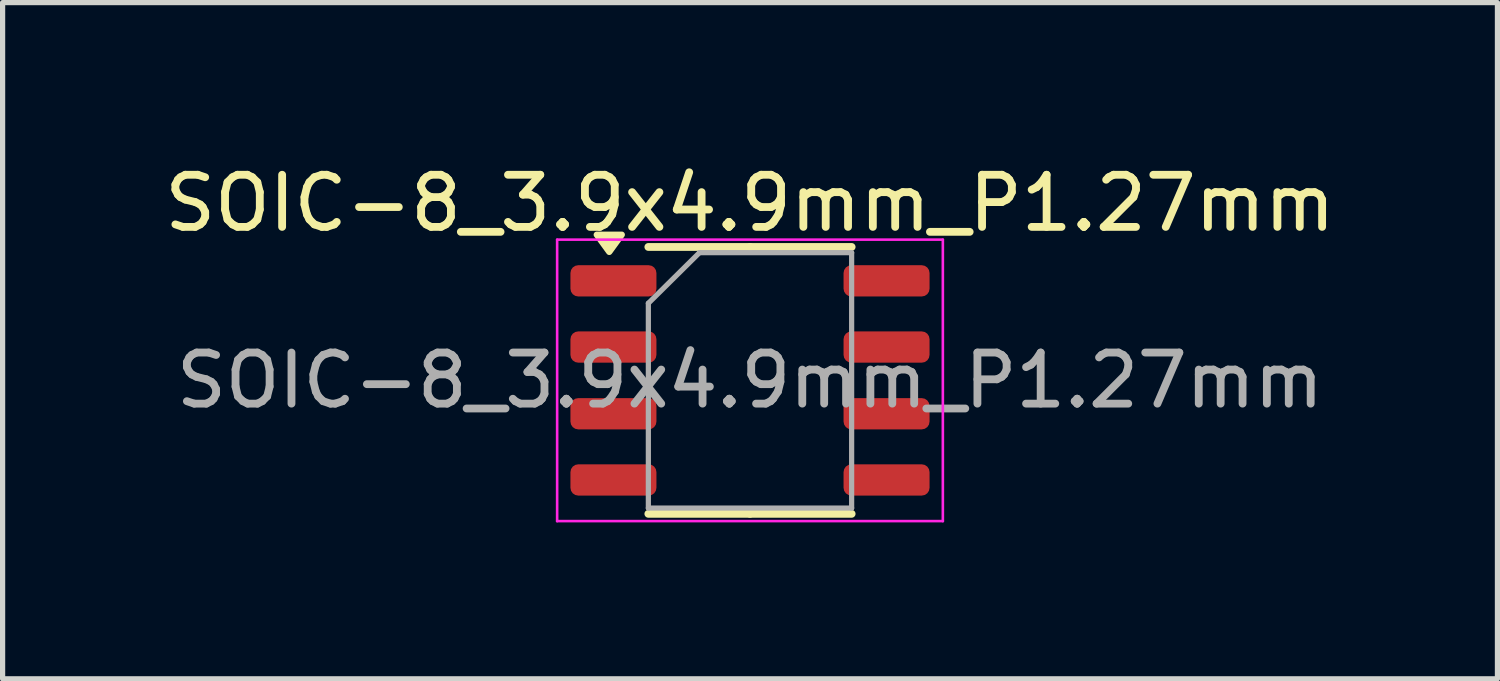
<source format=kicad_pcb>
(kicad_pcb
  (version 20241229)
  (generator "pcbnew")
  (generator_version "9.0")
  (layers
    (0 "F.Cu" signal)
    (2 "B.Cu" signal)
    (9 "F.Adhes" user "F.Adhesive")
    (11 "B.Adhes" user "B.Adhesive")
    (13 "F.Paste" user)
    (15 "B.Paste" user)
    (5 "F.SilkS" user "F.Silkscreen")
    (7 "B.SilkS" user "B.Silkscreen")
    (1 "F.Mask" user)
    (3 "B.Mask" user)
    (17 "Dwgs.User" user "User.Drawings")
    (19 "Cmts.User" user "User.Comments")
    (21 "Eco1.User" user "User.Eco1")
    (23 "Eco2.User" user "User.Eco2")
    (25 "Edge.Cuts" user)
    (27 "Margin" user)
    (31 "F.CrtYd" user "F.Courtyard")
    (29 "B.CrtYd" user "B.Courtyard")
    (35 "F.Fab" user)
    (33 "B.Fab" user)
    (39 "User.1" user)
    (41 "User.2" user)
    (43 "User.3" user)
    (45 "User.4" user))
  (footprint "SOIC-8_3.9x4.9mm_P1.27mm"
    (layer "F.Cu")
    (at 11.339 4.248)
    (property "Reference" "SOIC-8_3.9x4.9mm_P1.27mm" (at 0 -3.4 0) (layer "F.SilkS") (effects (font (size 1 1) (thickness 0.15))))
    (attr smd)
    (fp_line (start 0 -2.56) (end -1.95 -2.56) (stroke (width 0.15) (type solid)) (layer "F.SilkS"))
    (fp_line (start 0 -2.56) (end 1.95 -2.56) (stroke (width 0.15) (type solid)) (layer "F.SilkS"))
    (fp_line (start 0 2.56) (end -1.95 2.56) (stroke (width 0.15) (type solid)) (layer "F.SilkS"))
    (fp_line (start 0 2.56) (end 1.95 2.56) (stroke (width 0.15) (type solid)) (layer "F.SilkS"))
    (fp_poly (pts (xy -2.7 -2.465) (xy -2.94 -2.795) (xy -2.46 -2.795) (xy -2.7 -2.465)) (stroke (width 0.12) (type solid)) (fill yes) (layer "F.SilkS"))
    (fp_line (start -3.7 -2.7) (end -3.7 2.7) (stroke (width 0.05) (type solid)) (layer "F.CrtYd"))
    (fp_line (start -3.7 2.7) (end 3.7 2.7) (stroke (width 0.05) (type solid)) (layer "F.CrtYd"))
    (fp_line (start 3.7 -2.7) (end -3.7 -2.7) (stroke (width 0.05) (type solid)) (layer "F.CrtYd"))
    (fp_line (start 3.7 2.7) (end 3.7 -2.7) (stroke (width 0.05) (type solid)) (layer "F.CrtYd"))
    (fp_line (start -1.95 -1.48) (end -0.97 -2.45) (stroke (width 0.1) (type solid)) (layer "F.Fab"))
    (fp_line (start -1.95 2.45) (end -1.95 -1.48) (stroke (width 0.1) (type solid)) (layer "F.Fab"))
    (fp_line (start -0.97 -2.45) (end 1.95 -2.45) (stroke (width 0.1) (type solid)) (layer "F.Fab"))
    (fp_line (start 1.95 -2.45) (end 1.95 2.45) (stroke (width 0.1) (type solid)) (layer "F.Fab"))
    (fp_line (start 1.95 2.45) (end -1.95 2.45) (stroke (width 0.1) (type solid)) (layer "F.Fab"))
    (fp_text user "${REFERENCE}" (at 0 0 0) (layer "F.Fab") (effects (font (size 0.98 0.98) (thickness 0.15))))
    (pad "1" smd roundrect (at -2.62 -1.91) (size 1.65 0.6) (layers "F.Cu" "F.Mask" "F.Paste") (roundrect_rratio 0.25))
    (pad "2" smd roundrect (at -2.62 -0.64) (size 1.65 0.6) (layers "F.Cu" "F.Mask" "F.Paste") (roundrect_rratio 0.25))
    (pad "3" smd roundrect (at -2.62 0.64) (size 1.65 0.6) (layers "F.Cu" "F.Mask" "F.Paste") (roundrect_rratio 0.25))
    (pad "4" smd roundrect (at -2.62 1.91) (size 1.65 0.6) (layers "F.Cu" "F.Mask" "F.Paste") (roundrect_rratio 0.25))
    (pad "5" smd roundrect (at 2.62 1.91) (size 1.65 0.6) (layers "F.Cu" "F.Mask" "F.Paste") (roundrect_rratio 0.25))
    (pad "6" smd roundrect (at 2.62 0.64) (size 1.65 0.6) (layers "F.Cu" "F.Mask" "F.Paste") (roundrect_rratio 0.25))
    (pad "7" smd roundrect (at 2.62 -0.64) (size 1.65 0.6) (layers "F.Cu" "F.Mask" "F.Paste") (roundrect_rratio 0.25))
    (pad "8" smd roundrect (at 2.62 -1.91) (size 1.65 0.6) (layers "F.Cu" "F.Mask" "F.Paste") (roundrect_rratio 0.25)))
  (gr_rect
    (start -3 -3)
    (end 25.679 9.973)
    (stroke (width 0.1) (type default))
    (fill no)
    (layer "Edge.Cuts")))
</source>
